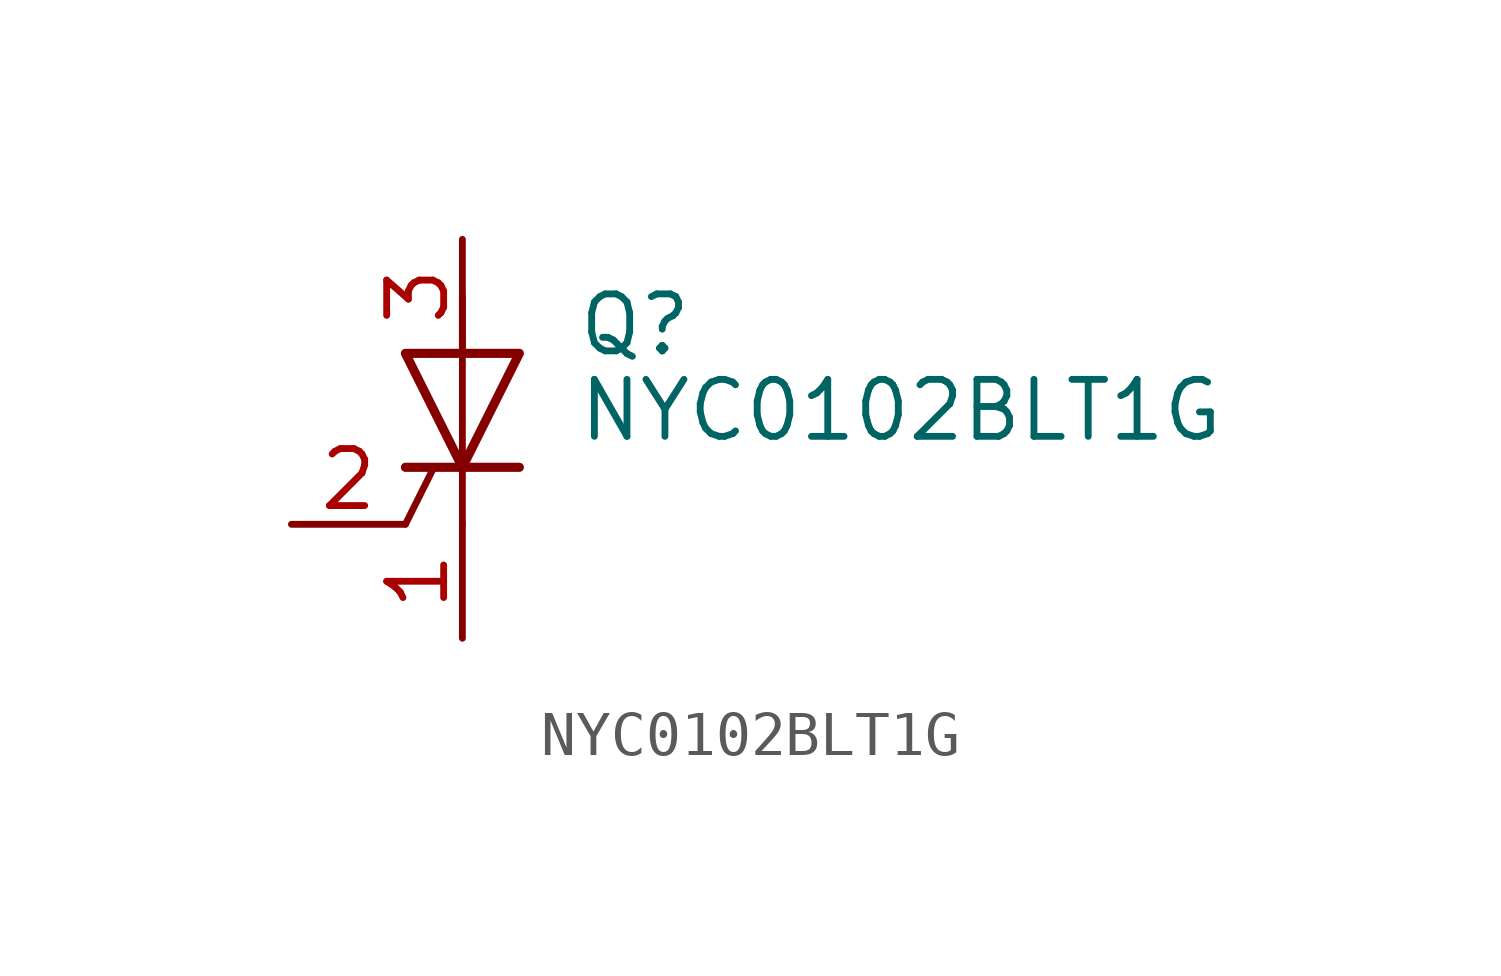
<source format=kicad_sym>
(kicad_symbol_lib
  (version 20220914)
  (generator kicad_symbol_editor)
  (symbol "NYC0102BLT1G"
    (pin_names
      (offset 0) hide)
    (property "Reference" "Q"
      (at 2.54 1.905 0)
      (effects (font (size 1.27 1.27)) (justify left)))
    (property "Value" "NYC0102BLT1G"
      (at 2.54 0 0)
      (effects (font (size 1.27 1.27)) (justify left)))
    (symbol "NYC0102BLT1G_0_1"
      (polyline (pts (xy -1.27 -2.54) (xy -0.635 -1.27)) (stroke (width 0) (type default)) (fill (type none)))
      (polyline (pts (xy -1.27 -1.27) (xy 1.27 -1.27)) (stroke (width 0.203) (type default)) (fill (type none)))
      (polyline (pts (xy 0 -2.54) (xy 0 2.54)) (stroke (width 0) (type default)) (fill (type none)))
      (polyline (pts (xy -1.27 1.27) (xy 1.27 1.27) (xy 0 -1.27) (xy -1.27 1.27)) (stroke (width 0.203) (type default)) (fill (type none))))
    (symbol "NYC0102BLT1G_1_1"
      (pin passive line (at 0 -5.08 90) (length 2.54) (name "K" (effects (font (size 1.27 1.27)))) (number "1" (effects (font (size 1.27 1.27)))))
      (pin input line (at -3.81 -2.54 0) (length 2.54) (name "G" (effects (font (size 1.27 1.27)))) (number "2" (effects (font (size 1.27 1.27)))))
      (pin passive line (at 0 3.81 270) (length 2.54) (name "A" (effects (font (size 1.27 1.27)))) (number "3" (effects (font (size 1.27 1.27))))))))
</source>
